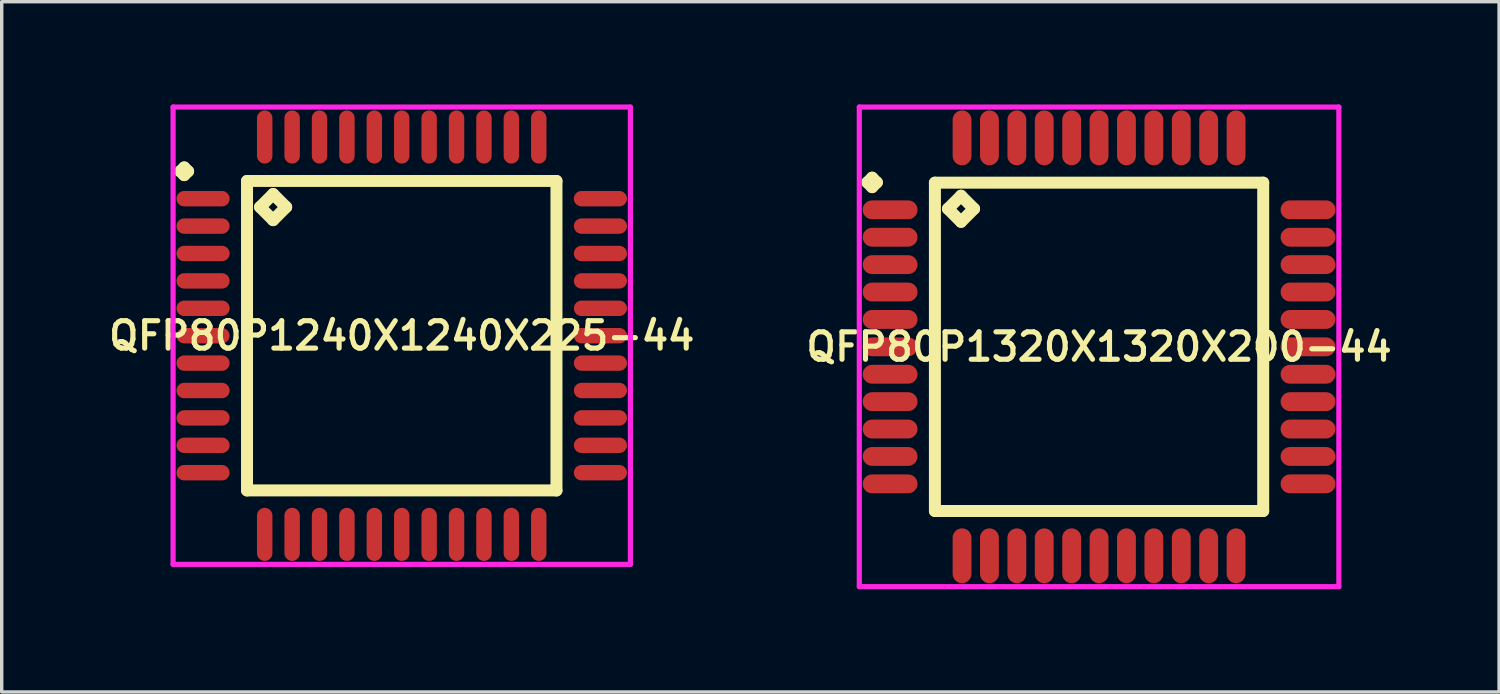
<source format=kicad_pcb>
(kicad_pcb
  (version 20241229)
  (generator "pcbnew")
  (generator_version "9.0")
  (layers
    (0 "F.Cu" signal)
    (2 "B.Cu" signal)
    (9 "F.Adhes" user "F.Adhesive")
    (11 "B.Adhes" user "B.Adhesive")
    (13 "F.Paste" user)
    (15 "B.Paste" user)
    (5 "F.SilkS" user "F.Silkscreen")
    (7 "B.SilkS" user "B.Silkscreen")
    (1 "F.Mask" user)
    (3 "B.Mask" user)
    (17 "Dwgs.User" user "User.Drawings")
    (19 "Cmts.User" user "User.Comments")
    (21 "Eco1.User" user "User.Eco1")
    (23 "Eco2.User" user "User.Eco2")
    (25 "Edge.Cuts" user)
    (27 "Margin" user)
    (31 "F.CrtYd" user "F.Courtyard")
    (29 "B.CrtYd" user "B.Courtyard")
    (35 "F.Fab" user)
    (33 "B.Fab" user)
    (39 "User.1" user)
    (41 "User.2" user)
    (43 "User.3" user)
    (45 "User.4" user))
  (footprint "QFP80P1240X1240X225-44"
    (layer "F.Cu")
    (at 8.678 6.75)
    (property "Reference" "QFP80P1240X1240X225-44" (at 0 0 0) (layer "F.SilkS") (effects (font (size 0.8 0.8) (thickness 0.15))))
    (attr smd)
    (fp_line (start -6.463 -4.8) (end -6.35 -4.912) (stroke (width 0.35) (type solid)) (layer "F.SilkS"))
    (fp_line (start -6.35 -4.912) (end -6.237 -4.8) (stroke (width 0.35) (type solid)) (layer "F.SilkS"))
    (fp_line (start -6.35 -4.688) (end -6.463 -4.8) (stroke (width 0.35) (type solid)) (layer "F.SilkS"))
    (fp_line (start -6.237 -4.8) (end -6.35 -4.688) (stroke (width 0.35) (type solid)) (layer "F.SilkS"))
    (fp_line (start -4.517 -4.517) (end -4.517 4.517) (stroke (width 0.35) (type solid)) (layer "F.SilkS"))
    (fp_line (start -4.517 4.517) (end 4.517 4.517) (stroke (width 0.35) (type solid)) (layer "F.SilkS"))
    (fp_line (start -4.136 -3.755) (end -3.755 -4.136) (stroke (width 0.35) (type solid)) (layer "F.SilkS"))
    (fp_line (start -3.755 -4.136) (end -3.374 -3.755) (stroke (width 0.35) (type solid)) (layer "F.SilkS"))
    (fp_line (start -3.755 -3.374) (end -4.136 -3.755) (stroke (width 0.35) (type solid)) (layer "F.SilkS"))
    (fp_line (start -3.374 -3.755) (end -3.755 -3.374) (stroke (width 0.35) (type solid)) (layer "F.SilkS"))
    (fp_line (start 4.517 -4.517) (end -4.517 -4.517) (stroke (width 0.35) (type solid)) (layer "F.SilkS"))
    (fp_line (start 4.517 4.517) (end 4.517 -4.517) (stroke (width 0.35) (type solid)) (layer "F.SilkS"))
    (fp_line (start -6.675 -6.675) (end 6.675 -6.675) (stroke (width 0.15) (type solid)) (layer "F.CrtYd"))
    (fp_line (start -6.675 6.675) (end -6.675 -6.675) (stroke (width 0.15) (type solid)) (layer "F.CrtYd"))
    (fp_line (start 6.675 -6.675) (end 6.675 6.675) (stroke (width 0.15) (type solid)) (layer "F.CrtYd"))
    (fp_line (start 6.675 6.675) (end -6.675 6.675) (stroke (width 0.15) (type solid)) (layer "F.CrtYd"))
    (pad "1" smd oval (at -5.8 -4) (size 1.55 0.45) (layers "F.Cu" "F.Mask" "F.Paste"))
    (pad "2" smd oval (at -5.8 -3.2) (size 1.55 0.45) (layers "F.Cu" "F.Mask" "F.Paste"))
    (pad "3" smd oval (at -5.8 -2.4) (size 1.55 0.45) (layers "F.Cu" "F.Mask" "F.Paste"))
    (pad "4" smd oval (at -5.8 -1.6) (size 1.55 0.45) (layers "F.Cu" "F.Mask" "F.Paste"))
    (pad "5" smd oval (at -5.8 -0.8) (size 1.55 0.45) (layers "F.Cu" "F.Mask" "F.Paste"))
    (pad "6" smd oval (at -5.8 0) (size 1.55 0.45) (layers "F.Cu" "F.Mask" "F.Paste"))
    (pad "7" smd oval (at -5.8 0.8) (size 1.55 0.45) (layers "F.Cu" "F.Mask" "F.Paste"))
    (pad "8" smd oval (at -5.8 1.6) (size 1.55 0.45) (layers "F.Cu" "F.Mask" "F.Paste"))
    (pad "9" smd oval (at -5.8 2.4) (size 1.55 0.45) (layers "F.Cu" "F.Mask" "F.Paste"))
    (pad "10" smd oval (at -5.8 3.2) (size 1.55 0.45) (layers "F.Cu" "F.Mask" "F.Paste"))
    (pad "11" smd oval (at -5.8 4) (size 1.55 0.45) (layers "F.Cu" "F.Mask" "F.Paste"))
    (pad "12" smd oval (at -4 5.8) (size 0.45 1.55) (layers "F.Cu" "F.Mask" "F.Paste"))
    (pad "13" smd oval (at -3.2 5.8) (size 0.45 1.55) (layers "F.Cu" "F.Mask" "F.Paste"))
    (pad "14" smd oval (at -2.4 5.8) (size 0.45 1.55) (layers "F.Cu" "F.Mask" "F.Paste"))
    (pad "15" smd oval (at -1.6 5.8) (size 0.45 1.55) (layers "F.Cu" "F.Mask" "F.Paste"))
    (pad "16" smd oval (at -0.8 5.8) (size 0.45 1.55) (layers "F.Cu" "F.Mask" "F.Paste"))
    (pad "17" smd oval (at 0 5.8) (size 0.45 1.55) (layers "F.Cu" "F.Mask" "F.Paste"))
    (pad "18" smd oval (at 0.8 5.8) (size 0.45 1.55) (layers "F.Cu" "F.Mask" "F.Paste"))
    (pad "19" smd oval (at 1.6 5.8) (size 0.45 1.55) (layers "F.Cu" "F.Mask" "F.Paste"))
    (pad "20" smd oval (at 2.4 5.8) (size 0.45 1.55) (layers "F.Cu" "F.Mask" "F.Paste"))
    (pad "21" smd oval (at 3.2 5.8) (size 0.45 1.55) (layers "F.Cu" "F.Mask" "F.Paste"))
    (pad "22" smd oval (at 4 5.8) (size 0.45 1.55) (layers "F.Cu" "F.Mask" "F.Paste"))
    (pad "23" smd oval (at 5.8 4) (size 1.55 0.45) (layers "F.Cu" "F.Mask" "F.Paste"))
    (pad "24" smd oval (at 5.8 3.2) (size 1.55 0.45) (layers "F.Cu" "F.Mask" "F.Paste"))
    (pad "25" smd oval (at 5.8 2.4) (size 1.55 0.45) (layers "F.Cu" "F.Mask" "F.Paste"))
    (pad "26" smd oval (at 5.8 1.6) (size 1.55 0.45) (layers "F.Cu" "F.Mask" "F.Paste"))
    (pad "27" smd oval (at 5.8 0.8) (size 1.55 0.45) (layers "F.Cu" "F.Mask" "F.Paste"))
    (pad "28" smd oval (at 5.8 0) (size 1.55 0.45) (layers "F.Cu" "F.Mask" "F.Paste"))
    (pad "29" smd oval (at 5.8 -0.8) (size 1.55 0.45) (layers "F.Cu" "F.Mask" "F.Paste"))
    (pad "30" smd oval (at 5.8 -1.6) (size 1.55 0.45) (layers "F.Cu" "F.Mask" "F.Paste"))
    (pad "31" smd oval (at 5.8 -2.4) (size 1.55 0.45) (layers "F.Cu" "F.Mask" "F.Paste"))
    (pad "32" smd oval (at 5.8 -3.2) (size 1.55 0.45) (layers "F.Cu" "F.Mask" "F.Paste"))
    (pad "33" smd oval (at 5.8 -4) (size 1.55 0.45) (layers "F.Cu" "F.Mask" "F.Paste"))
    (pad "34" smd oval (at 4 -5.8) (size 0.45 1.55) (layers "F.Cu" "F.Mask" "F.Paste"))
    (pad "35" smd oval (at 3.2 -5.8) (size 0.45 1.55) (layers "F.Cu" "F.Mask" "F.Paste"))
    (pad "36" smd oval (at 2.4 -5.8) (size 0.45 1.55) (layers "F.Cu" "F.Mask" "F.Paste"))
    (pad "37" smd oval (at 1.6 -5.8) (size 0.45 1.55) (layers "F.Cu" "F.Mask" "F.Paste"))
    (pad "38" smd oval (at 0.8 -5.8) (size 0.45 1.55) (layers "F.Cu" "F.Mask" "F.Paste"))
    (pad "39" smd oval (at 0 -5.8) (size 0.45 1.55) (layers "F.Cu" "F.Mask" "F.Paste"))
    (pad "40" smd oval (at -0.8 -5.8) (size 0.45 1.55) (layers "F.Cu" "F.Mask" "F.Paste"))
    (pad "41" smd oval (at -1.6 -5.8) (size 0.45 1.55) (layers "F.Cu" "F.Mask" "F.Paste"))
    (pad "42" smd oval (at -2.4 -5.8) (size 0.45 1.55) (layers "F.Cu" "F.Mask" "F.Paste"))
    (pad "43" smd oval (at -3.2 -5.8) (size 0.45 1.55) (layers "F.Cu" "F.Mask" "F.Paste"))
    (pad "44" smd oval (at -4 -5.8) (size 0.45 1.55) (layers "F.Cu" "F.Mask" "F.Paste")))
  (footprint "QFP80P1320X1320X200-44"
    (layer "F.Cu")
    (at 29.035 7.075)
    (property "Reference" "QFP80P1320X1320X200-44" (at 0 0 0) (layer "F.SilkS") (effects (font (size 0.8 0.8) (thickness 0.15))))
    (attr through_hole)
    (fp_line (start -6.763 -4.8) (end -6.625 -4.938) (stroke (width 0.35) (type solid)) (layer "F.SilkS"))
    (fp_line (start -6.625 -4.938) (end -6.487 -4.8) (stroke (width 0.35) (type solid)) (layer "F.SilkS"))
    (fp_line (start -6.625 -4.662) (end -6.763 -4.8) (stroke (width 0.35) (type solid)) (layer "F.SilkS"))
    (fp_line (start -6.487 -4.8) (end -6.625 -4.662) (stroke (width 0.35) (type solid)) (layer "F.SilkS"))
    (fp_line (start -4.792 -4.792) (end -4.792 4.792) (stroke (width 0.35) (type solid)) (layer "F.SilkS"))
    (fp_line (start -4.792 4.792) (end 4.792 4.792) (stroke (width 0.35) (type solid)) (layer "F.SilkS"))
    (fp_line (start -4.411 -4.03) (end -4.03 -4.411) (stroke (width 0.35) (type solid)) (layer "F.SilkS"))
    (fp_line (start -4.03 -4.411) (end -3.649 -4.03) (stroke (width 0.35) (type solid)) (layer "F.SilkS"))
    (fp_line (start -4.03 -3.649) (end -4.411 -4.03) (stroke (width 0.35) (type solid)) (layer "F.SilkS"))
    (fp_line (start -3.649 -4.03) (end -4.03 -3.649) (stroke (width 0.35) (type solid)) (layer "F.SilkS"))
    (fp_line (start 4.792 -4.792) (end -4.792 -4.792) (stroke (width 0.35) (type solid)) (layer "F.SilkS"))
    (fp_line (start 4.792 4.792) (end 4.792 -4.792) (stroke (width 0.35) (type solid)) (layer "F.SilkS"))
    (fp_line (start -7 -7) (end 7 -7) (stroke (width 0.15) (type solid)) (layer "F.CrtYd"))
    (fp_line (start -7 7) (end -7 -7) (stroke (width 0.15) (type solid)) (layer "F.CrtYd"))
    (fp_line (start 7 -7) (end 7 7) (stroke (width 0.15) (type solid)) (layer "F.CrtYd"))
    (fp_line (start 7 7) (end -7 7) (stroke (width 0.15) (type solid)) (layer "F.CrtYd"))
    (pad "1" smd oval (at -6.1 -4) (size 1.6 0.55) (layers "F.Cu" "F.Mask" "F.Paste"))
    (pad "2" smd oval (at -6.1 -3.2) (size 1.6 0.55) (layers "F.Cu" "F.Mask" "F.Paste"))
    (pad "3" smd oval (at -6.1 -2.4) (size 1.6 0.55) (layers "F.Cu" "F.Mask" "F.Paste"))
    (pad "4" smd oval (at -6.1 -1.6) (size 1.6 0.55) (layers "F.Cu" "F.Mask" "F.Paste"))
    (pad "5" smd oval (at -6.1 -0.8) (size 1.6 0.55) (layers "F.Cu" "F.Mask" "F.Paste"))
    (pad "6" smd oval (at -6.1 0) (size 1.6 0.55) (layers "F.Cu" "F.Mask" "F.Paste"))
    (pad "7" smd oval (at -6.1 0.8) (size 1.6 0.55) (layers "F.Cu" "F.Mask" "F.Paste"))
    (pad "8" smd oval (at -6.1 1.6) (size 1.6 0.55) (layers "F.Cu" "F.Mask" "F.Paste"))
    (pad "9" smd oval (at -6.1 2.4) (size 1.6 0.55) (layers "F.Cu" "F.Mask" "F.Paste"))
    (pad "10" smd oval (at -6.1 3.2) (size 1.6 0.55) (layers "F.Cu" "F.Mask" "F.Paste"))
    (pad "11" smd oval (at -6.1 4) (size 1.6 0.55) (layers "F.Cu" "F.Mask" "F.Paste"))
    (pad "12" smd oval (at -4 6.1) (size 0.55 1.6) (layers "F.Cu" "F.Mask" "F.Paste"))
    (pad "13" smd oval (at -3.2 6.1) (size 0.55 1.6) (layers "F.Cu" "F.Mask" "F.Paste"))
    (pad "14" smd oval (at -2.4 6.1) (size 0.55 1.6) (layers "F.Cu" "F.Mask" "F.Paste"))
    (pad "15" smd oval (at -1.6 6.1) (size 0.55 1.6) (layers "F.Cu" "F.Mask" "F.Paste"))
    (pad "16" smd oval (at -0.8 6.1) (size 0.55 1.6) (layers "F.Cu" "F.Mask" "F.Paste"))
    (pad "17" smd oval (at 0 6.1) (size 0.55 1.6) (layers "F.Cu" "F.Mask" "F.Paste"))
    (pad "18" smd oval (at 0.8 6.1) (size 0.55 1.6) (layers "F.Cu" "F.Mask" "F.Paste"))
    (pad "19" smd oval (at 1.6 6.1) (size 0.55 1.6) (layers "F.Cu" "F.Mask" "F.Paste"))
    (pad "20" smd oval (at 2.4 6.1) (size 0.55 1.6) (layers "F.Cu" "F.Mask" "F.Paste"))
    (pad "21" smd oval (at 3.2 6.1) (size 0.55 1.6) (layers "F.Cu" "F.Mask" "F.Paste"))
    (pad "22" smd oval (at 4 6.1) (size 0.55 1.6) (layers "F.Cu" "F.Mask" "F.Paste"))
    (pad "23" smd oval (at 6.1 4) (size 1.6 0.55) (layers "F.Cu" "F.Mask" "F.Paste"))
    (pad "24" smd oval (at 6.1 3.2) (size 1.6 0.55) (layers "F.Cu" "F.Mask" "F.Paste"))
    (pad "25" smd oval (at 6.1 2.4) (size 1.6 0.55) (layers "F.Cu" "F.Mask" "F.Paste"))
    (pad "26" smd oval (at 6.1 1.6) (size 1.6 0.55) (layers "F.Cu" "F.Mask" "F.Paste"))
    (pad "27" smd oval (at 6.1 0.8) (size 1.6 0.55) (layers "F.Cu" "F.Mask" "F.Paste"))
    (pad "28" smd oval (at 6.1 0) (size 1.6 0.55) (layers "F.Cu" "F.Mask" "F.Paste"))
    (pad "29" smd oval (at 6.1 -0.8) (size 1.6 0.55) (layers "F.Cu" "F.Mask" "F.Paste"))
    (pad "30" smd oval (at 6.1 -1.6) (size 1.6 0.55) (layers "F.Cu" "F.Mask" "F.Paste"))
    (pad "31" smd oval (at 6.1 -2.4) (size 1.6 0.55) (layers "F.Cu" "F.Mask" "F.Paste"))
    (pad "32" smd oval (at 6.1 -3.2) (size 1.6 0.55) (layers "F.Cu" "F.Mask" "F.Paste"))
    (pad "33" smd oval (at 6.1 -4) (size 1.6 0.55) (layers "F.Cu" "F.Mask" "F.Paste"))
    (pad "34" smd oval (at 4 -6.1) (size 0.55 1.6) (layers "F.Cu" "F.Mask" "F.Paste"))
    (pad "35" smd oval (at 3.2 -6.1) (size 0.55 1.6) (layers "F.Cu" "F.Mask" "F.Paste"))
    (pad "36" smd oval (at 2.4 -6.1) (size 0.55 1.6) (layers "F.Cu" "F.Mask" "F.Paste"))
    (pad "37" smd oval (at 1.6 -6.1) (size 0.55 1.6) (layers "F.Cu" "F.Mask" "F.Paste"))
    (pad "38" smd oval (at 0.8 -6.1) (size 0.55 1.6) (layers "F.Cu" "F.Mask" "F.Paste"))
    (pad "39" smd oval (at 0 -6.1) (size 0.55 1.6) (layers "F.Cu" "F.Mask" "F.Paste"))
    (pad "40" smd oval (at -0.8 -6.1) (size 0.55 1.6) (layers "F.Cu" "F.Mask" "F.Paste"))
    (pad "41" smd oval (at -1.6 -6.1) (size 0.55 1.6) (layers "F.Cu" "F.Mask" "F.Paste"))
    (pad "42" smd oval (at -2.4 -6.1) (size 0.55 1.6) (layers "F.Cu" "F.Mask" "F.Paste"))
    (pad "43" smd oval (at -3.2 -6.1) (size 0.55 1.6) (layers "F.Cu" "F.Mask" "F.Paste"))
    (pad "44" smd oval (at -4 -6.1) (size 0.55 1.6) (layers "F.Cu" "F.Mask" "F.Paste")))
  (gr_rect
    (start -3 -3)
    (end 40.713 17.15)
    (stroke (width 0.1) (type default))
    (fill no)
    (layer "Edge.Cuts")))
</source>
